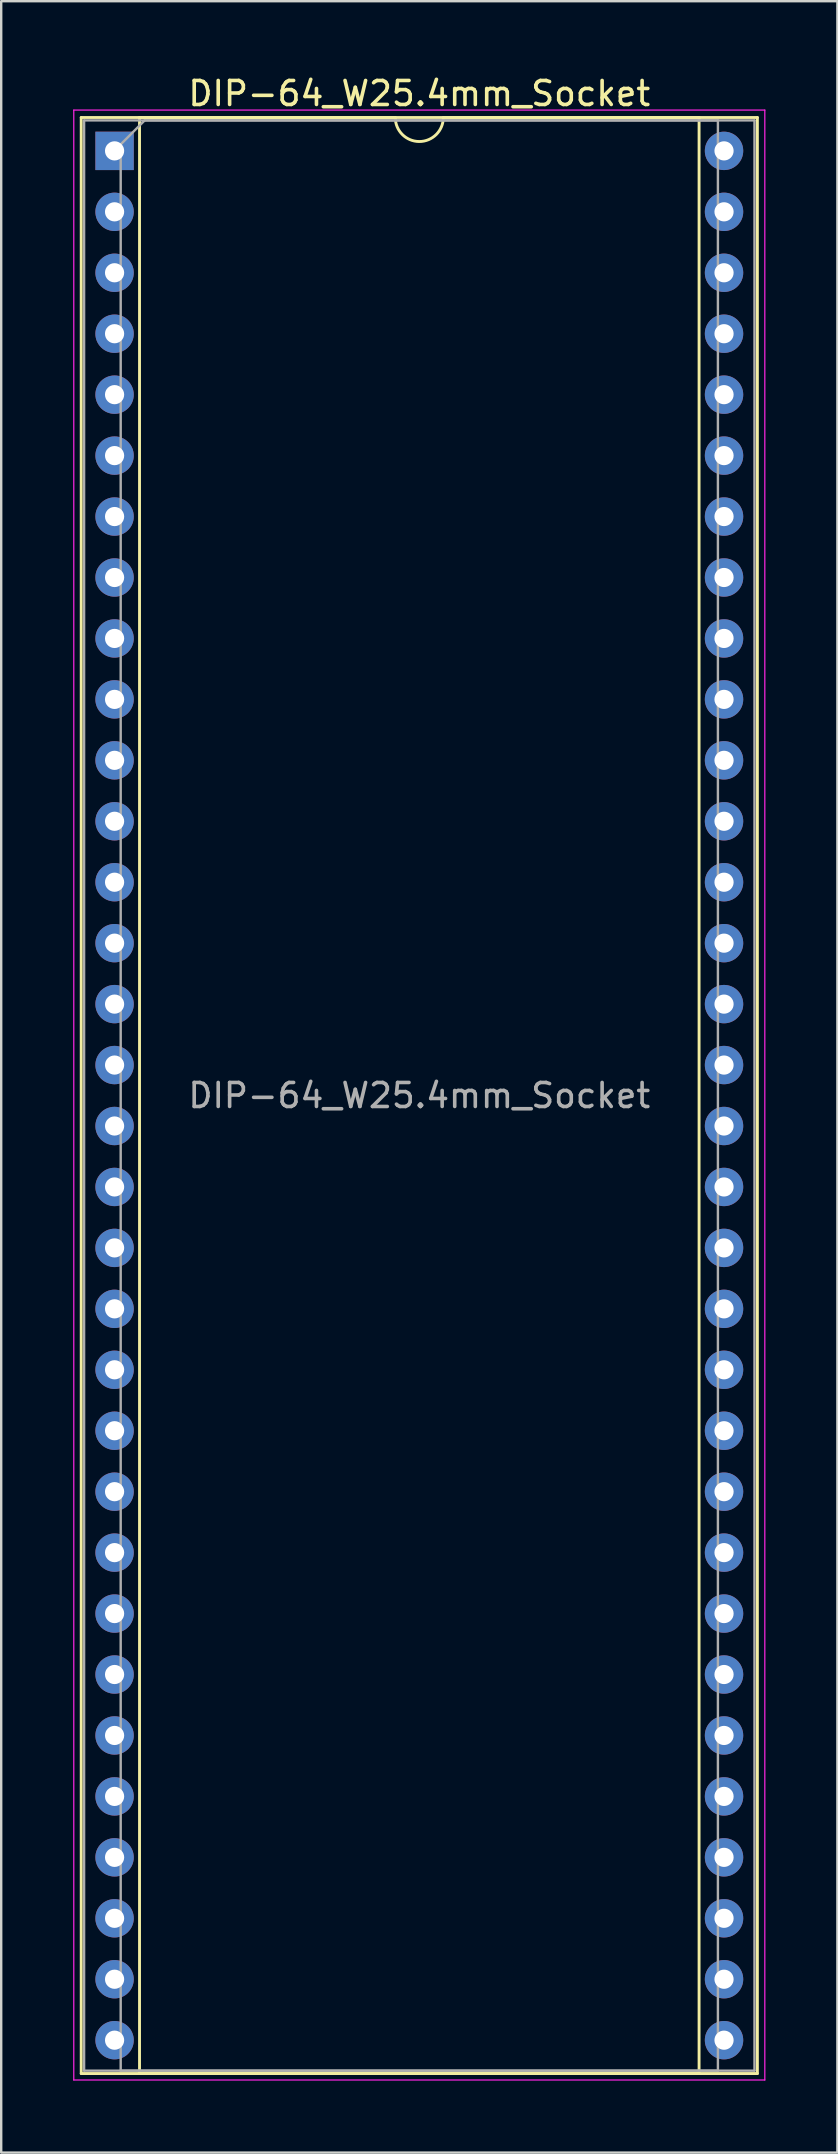
<source format=kicad_pcb>
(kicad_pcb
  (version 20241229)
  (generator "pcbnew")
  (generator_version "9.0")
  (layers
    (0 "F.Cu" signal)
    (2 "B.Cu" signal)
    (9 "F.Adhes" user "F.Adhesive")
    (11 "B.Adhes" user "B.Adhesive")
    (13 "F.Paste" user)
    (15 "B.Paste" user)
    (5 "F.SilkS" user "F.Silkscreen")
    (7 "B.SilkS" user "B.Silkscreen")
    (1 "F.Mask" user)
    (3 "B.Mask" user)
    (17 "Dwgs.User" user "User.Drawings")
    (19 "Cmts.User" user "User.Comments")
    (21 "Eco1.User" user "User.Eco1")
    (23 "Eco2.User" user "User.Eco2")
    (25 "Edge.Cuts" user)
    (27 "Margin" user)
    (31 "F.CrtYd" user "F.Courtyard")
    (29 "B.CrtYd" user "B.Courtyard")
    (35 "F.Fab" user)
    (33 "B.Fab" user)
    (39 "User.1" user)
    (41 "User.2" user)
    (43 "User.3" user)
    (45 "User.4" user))
  (footprint "DIP-64_W25.4mm_Socket"
    (layer "F.Cu")
    (at 1.725 3.238)
    (property "Reference" "DIP-64_W25.4mm_Socket" (at 12.7 -2.39 0) (layer "F.SilkS") (effects (font (size 1 1) (thickness 0.15))))
    (attr through_hole)
    (fp_line (start -1.39 -1.39) (end -1.39 80.13) (stroke (width 0.12) (type solid)) (layer "F.SilkS"))
    (fp_line (start -1.39 80.13) (end 26.79 80.13) (stroke (width 0.12) (type solid)) (layer "F.SilkS"))
    (fp_line (start 1.04 -1.39) (end 1.04 80.13) (stroke (width 0.12) (type solid)) (layer "F.SilkS"))
    (fp_line (start 1.04 80.13) (end 24.36 80.13) (stroke (width 0.12) (type solid)) (layer "F.SilkS"))
    (fp_line (start 11.7 -1.39) (end 1.04 -1.39) (stroke (width 0.12) (type solid)) (layer "F.SilkS"))
    (fp_line (start 24.36 -1.39) (end 13.7 -1.39) (stroke (width 0.12) (type solid)) (layer "F.SilkS"))
    (fp_line (start 24.36 80.13) (end 24.36 -1.39) (stroke (width 0.12) (type solid)) (layer "F.SilkS"))
    (fp_line (start 26.79 -1.39) (end -1.39 -1.39) (stroke (width 0.12) (type solid)) (layer "F.SilkS"))
    (fp_line (start 26.79 80.13) (end 26.79 -1.39) (stroke (width 0.12) (type solid)) (layer "F.SilkS"))
    (fp_arc (start 13.7 -1.39) (mid 12.7 -0.39) (end 11.7 -1.39) (stroke (width 0.12) (type solid)) (layer "F.SilkS"))
    (fp_line (start -1.7 -1.7) (end -1.7 80.4) (stroke (width 0.05) (type solid)) (layer "F.CrtYd"))
    (fp_line (start -1.7 80.4) (end 27.1 80.4) (stroke (width 0.05) (type solid)) (layer "F.CrtYd"))
    (fp_line (start 27.1 -1.7) (end -1.7 -1.7) (stroke (width 0.05) (type solid)) (layer "F.CrtYd"))
    (fp_line (start 27.1 80.4) (end 27.1 -1.7) (stroke (width 0.05) (type solid)) (layer "F.CrtYd"))
    (fp_line (start -1.27 -1.27) (end -1.27 80.01) (stroke (width 0.1) (type solid)) (layer "F.Fab"))
    (fp_line (start -1.27 80.01) (end 26.67 80.01) (stroke (width 0.1) (type solid)) (layer "F.Fab"))
    (fp_line (start 0.255 -0.27) (end 1.255 -1.27) (stroke (width 0.1) (type solid)) (layer "F.Fab"))
    (fp_line (start 0.255 80.01) (end 0.255 -0.27) (stroke (width 0.1) (type solid)) (layer "F.Fab"))
    (fp_line (start 1.255 -1.27) (end 25.145 -1.27) (stroke (width 0.1) (type solid)) (layer "F.Fab"))
    (fp_line (start 25.145 -1.27) (end 25.145 80.01) (stroke (width 0.1) (type solid)) (layer "F.Fab"))
    (fp_line (start 25.145 80.01) (end 0.255 80.01) (stroke (width 0.1) (type solid)) (layer "F.Fab"))
    (fp_line (start 26.67 -1.27) (end -1.27 -1.27) (stroke (width 0.1) (type solid)) (layer "F.Fab"))
    (fp_line (start 26.67 80.01) (end 26.67 -1.27) (stroke (width 0.1) (type solid)) (layer "F.Fab"))
    (fp_text user "${REFERENCE}" (at 12.7 39.37 0) (layer "F.Fab") (effects (font (size 1 1) (thickness 0.15))))
    (pad "1" thru_hole rect (at 0 0) (size 1.6 1.6) (drill 0.8) (layers "*.Cu" "*.Mask"))
    (pad "2" thru_hole oval (at 0 2.54) (size 1.6 1.6) (drill 0.8) (layers "*.Cu" "*.Mask"))
    (pad "3" thru_hole oval (at 0 5.08) (size 1.6 1.6) (drill 0.8) (layers "*.Cu" "*.Mask"))
    (pad "4" thru_hole oval (at 0 7.62) (size 1.6 1.6) (drill 0.8) (layers "*.Cu" "*.Mask"))
    (pad "5" thru_hole oval (at 0 10.16) (size 1.6 1.6) (drill 0.8) (layers "*.Cu" "*.Mask"))
    (pad "6" thru_hole oval (at 0 12.7) (size 1.6 1.6) (drill 0.8) (layers "*.Cu" "*.Mask"))
    (pad "7" thru_hole oval (at 0 15.24) (size 1.6 1.6) (drill 0.8) (layers "*.Cu" "*.Mask"))
    (pad "8" thru_hole oval (at 0 17.78) (size 1.6 1.6) (drill 0.8) (layers "*.Cu" "*.Mask"))
    (pad "9" thru_hole oval (at 0 20.32) (size 1.6 1.6) (drill 0.8) (layers "*.Cu" "*.Mask"))
    (pad "10" thru_hole oval (at 0 22.86) (size 1.6 1.6) (drill 0.8) (layers "*.Cu" "*.Mask"))
    (pad "11" thru_hole oval (at 0 25.4) (size 1.6 1.6) (drill 0.8) (layers "*.Cu" "*.Mask"))
    (pad "12" thru_hole oval (at 0 27.94) (size 1.6 1.6) (drill 0.8) (layers "*.Cu" "*.Mask"))
    (pad "13" thru_hole oval (at 0 30.48) (size 1.6 1.6) (drill 0.8) (layers "*.Cu" "*.Mask"))
    (pad "14" thru_hole oval (at 0 33.02) (size 1.6 1.6) (drill 0.8) (layers "*.Cu" "*.Mask"))
    (pad "15" thru_hole oval (at 0 35.56) (size 1.6 1.6) (drill 0.8) (layers "*.Cu" "*.Mask"))
    (pad "16" thru_hole oval (at 0 38.1) (size 1.6 1.6) (drill 0.8) (layers "*.Cu" "*.Mask"))
    (pad "17" thru_hole oval (at 0 40.64) (size 1.6 1.6) (drill 0.8) (layers "*.Cu" "*.Mask"))
    (pad "18" thru_hole oval (at 0 43.18) (size 1.6 1.6) (drill 0.8) (layers "*.Cu" "*.Mask"))
    (pad "19" thru_hole oval (at 0 45.72) (size 1.6 1.6) (drill 0.8) (layers "*.Cu" "*.Mask"))
    (pad "20" thru_hole oval (at 0 48.26) (size 1.6 1.6) (drill 0.8) (layers "*.Cu" "*.Mask"))
    (pad "21" thru_hole oval (at 0 50.8) (size 1.6 1.6) (drill 0.8) (layers "*.Cu" "*.Mask"))
    (pad "22" thru_hole oval (at 0 53.34) (size 1.6 1.6) (drill 0.8) (layers "*.Cu" "*.Mask"))
    (pad "23" thru_hole oval (at 0 55.88) (size 1.6 1.6) (drill 0.8) (layers "*.Cu" "*.Mask"))
    (pad "24" thru_hole oval (at 0 58.42) (size 1.6 1.6) (drill 0.8) (layers "*.Cu" "*.Mask"))
    (pad "25" thru_hole oval (at 0 60.96) (size 1.6 1.6) (drill 0.8) (layers "*.Cu" "*.Mask"))
    (pad "26" thru_hole oval (at 0 63.5) (size 1.6 1.6) (drill 0.8) (layers "*.Cu" "*.Mask"))
    (pad "27" thru_hole oval (at 0 66.04) (size 1.6 1.6) (drill 0.8) (layers "*.Cu" "*.Mask"))
    (pad "28" thru_hole oval (at 0 68.58) (size 1.6 1.6) (drill 0.8) (layers "*.Cu" "*.Mask"))
    (pad "29" thru_hole oval (at 0 71.12) (size 1.6 1.6) (drill 0.8) (layers "*.Cu" "*.Mask"))
    (pad "30" thru_hole oval (at 0 73.66) (size 1.6 1.6) (drill 0.8) (layers "*.Cu" "*.Mask"))
    (pad "31" thru_hole oval (at 0 76.2) (size 1.6 1.6) (drill 0.8) (layers "*.Cu" "*.Mask"))
    (pad "32" thru_hole oval (at 0 78.74) (size 1.6 1.6) (drill 0.8) (layers "*.Cu" "*.Mask"))
    (pad "33" thru_hole oval (at 25.4 78.74) (size 1.6 1.6) (drill 0.8) (layers "*.Cu" "*.Mask"))
    (pad "34" thru_hole oval (at 25.4 76.2) (size 1.6 1.6) (drill 0.8) (layers "*.Cu" "*.Mask"))
    (pad "35" thru_hole oval (at 25.4 73.66) (size 1.6 1.6) (drill 0.8) (layers "*.Cu" "*.Mask"))
    (pad "36" thru_hole oval (at 25.4 71.12) (size 1.6 1.6) (drill 0.8) (layers "*.Cu" "*.Mask"))
    (pad "37" thru_hole oval (at 25.4 68.58) (size 1.6 1.6) (drill 0.8) (layers "*.Cu" "*.Mask"))
    (pad "38" thru_hole oval (at 25.4 66.04) (size 1.6 1.6) (drill 0.8) (layers "*.Cu" "*.Mask"))
    (pad "39" thru_hole oval (at 25.4 63.5) (size 1.6 1.6) (drill 0.8) (layers "*.Cu" "*.Mask"))
    (pad "40" thru_hole oval (at 25.4 60.96) (size 1.6 1.6) (drill 0.8) (layers "*.Cu" "*.Mask"))
    (pad "41" thru_hole oval (at 25.4 58.42) (size 1.6 1.6) (drill 0.8) (layers "*.Cu" "*.Mask"))
    (pad "42" thru_hole oval (at 25.4 55.88) (size 1.6 1.6) (drill 0.8) (layers "*.Cu" "*.Mask"))
    (pad "43" thru_hole oval (at 25.4 53.34) (size 1.6 1.6) (drill 0.8) (layers "*.Cu" "*.Mask"))
    (pad "44" thru_hole oval (at 25.4 50.8) (size 1.6 1.6) (drill 0.8) (layers "*.Cu" "*.Mask"))
    (pad "45" thru_hole oval (at 25.4 48.26) (size 1.6 1.6) (drill 0.8) (layers "*.Cu" "*.Mask"))
    (pad "46" thru_hole oval (at 25.4 45.72) (size 1.6 1.6) (drill 0.8) (layers "*.Cu" "*.Mask"))
    (pad "47" thru_hole oval (at 25.4 43.18) (size 1.6 1.6) (drill 0.8) (layers "*.Cu" "*.Mask"))
    (pad "48" thru_hole oval (at 25.4 40.64) (size 1.6 1.6) (drill 0.8) (layers "*.Cu" "*.Mask"))
    (pad "49" thru_hole oval (at 25.4 38.1) (size 1.6 1.6) (drill 0.8) (layers "*.Cu" "*.Mask"))
    (pad "50" thru_hole oval (at 25.4 35.56) (size 1.6 1.6) (drill 0.8) (layers "*.Cu" "*.Mask"))
    (pad "51" thru_hole oval (at 25.4 33.02) (size 1.6 1.6) (drill 0.8) (layers "*.Cu" "*.Mask"))
    (pad "52" thru_hole oval (at 25.4 30.48) (size 1.6 1.6) (drill 0.8) (layers "*.Cu" "*.Mask"))
    (pad "53" thru_hole oval (at 25.4 27.94) (size 1.6 1.6) (drill 0.8) (layers "*.Cu" "*.Mask"))
    (pad "54" thru_hole oval (at 25.4 25.4) (size 1.6 1.6) (drill 0.8) (layers "*.Cu" "*.Mask"))
    (pad "55" thru_hole oval (at 25.4 22.86) (size 1.6 1.6) (drill 0.8) (layers "*.Cu" "*.Mask"))
    (pad "56" thru_hole oval (at 25.4 20.32) (size 1.6 1.6) (drill 0.8) (layers "*.Cu" "*.Mask"))
    (pad "57" thru_hole oval (at 25.4 17.78) (size 1.6 1.6) (drill 0.8) (layers "*.Cu" "*.Mask"))
    (pad "58" thru_hole oval (at 25.4 15.24) (size 1.6 1.6) (drill 0.8) (layers "*.Cu" "*.Mask"))
    (pad "59" thru_hole oval (at 25.4 12.7) (size 1.6 1.6) (drill 0.8) (layers "*.Cu" "*.Mask"))
    (pad "60" thru_hole oval (at 25.4 10.16) (size 1.6 1.6) (drill 0.8) (layers "*.Cu" "*.Mask"))
    (pad "61" thru_hole oval (at 25.4 7.62) (size 1.6 1.6) (drill 0.8) (layers "*.Cu" "*.Mask"))
    (pad "62" thru_hole oval (at 25.4 5.08) (size 1.6 1.6) (drill 0.8) (layers "*.Cu" "*.Mask"))
    (pad "63" thru_hole oval (at 25.4 2.54) (size 1.6 1.6) (drill 0.8) (layers "*.Cu" "*.Mask"))
    (pad "64" thru_hole oval (at 25.4 0) (size 1.6 1.6) (drill 0.8) (layers "*.Cu" "*.Mask")))
  (gr_rect
    (start -3 -3)
    (end 31.85 86.663)
    (stroke (width 0.1) (type default))
    (fill no)
    (layer "Edge.Cuts")))
</source>
